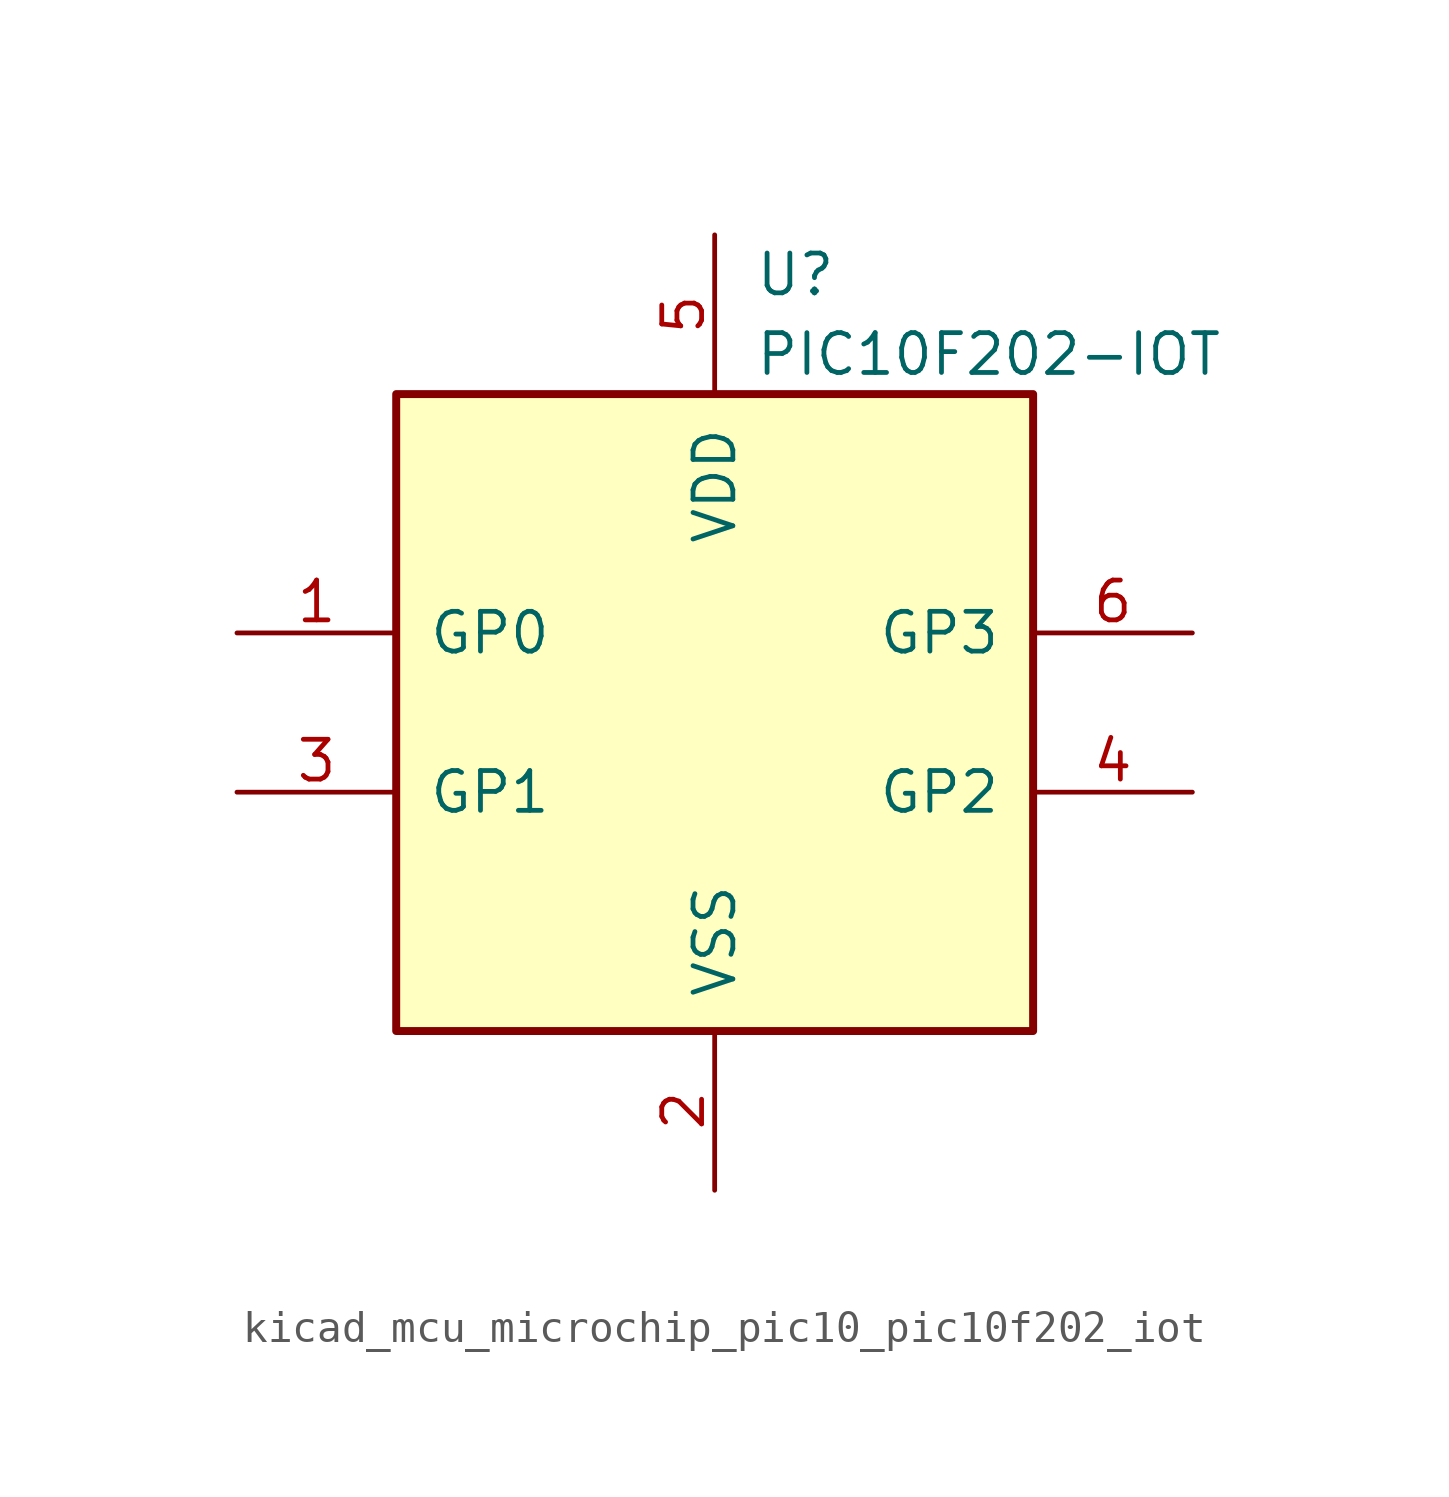
<source format=kicad_sym>
(kicad_symbol_lib
  (version 20220914)
  (generator kicad_symbol_editor)
  (symbol "kicad_mcu_microchip_pic10_pic10f202_iot"
    (pin_names
      (offset 1.016))
    (property "Reference" "U"
      (at 1.27 13.97 0)
      (effects (font (size 1.27 1.27)) (justify left)))
    (property "Value" "PIC10F202-IOT"
      (at 1.27 11.43 0)
      (effects (font (size 1.27 1.27)) (justify left)))
    (symbol "kicad_mcu_microchip_pic10_pic10f202_iot_0_1"
      (rectangle (start -10.16 10.16) (end 10.16 -10.16) (stroke (width 0.254) (type default)) (fill (type background))))
    (symbol "kicad_mcu_microchip_pic10_pic10f202_iot_1_1"
      (pin bidirectional line (at -15.24 2.54 0) (length 5.08) (name "GP0" (effects (font (size 1.27 1.27)))) (number "1" (effects (font (size 1.27 1.27)))))
      (pin power_in line (at 0 -15.24 90) (length 5.08) (name "VSS" (effects (font (size 1.27 1.27)))) (number "2" (effects (font (size 1.27 1.27)))))
      (pin bidirectional line (at -15.24 -2.54 0) (length 5.08) (name "GP1" (effects (font (size 1.27 1.27)))) (number "3" (effects (font (size 1.27 1.27)))))
      (pin bidirectional line (at 15.24 -2.54 180) (length 5.08) (name "GP2" (effects (font (size 1.27 1.27)))) (number "4" (effects (font (size 1.27 1.27)))))
      (pin power_in line (at 0 15.24 270) (length 5.08) (name "VDD" (effects (font (size 1.27 1.27)))) (number "5" (effects (font (size 1.27 1.27)))))
      (pin input line (at 15.24 2.54 180) (length 5.08) (name "GP3" (effects (font (size 1.27 1.27)))) (number "6" (effects (font (size 1.27 1.27))))))))
</source>
